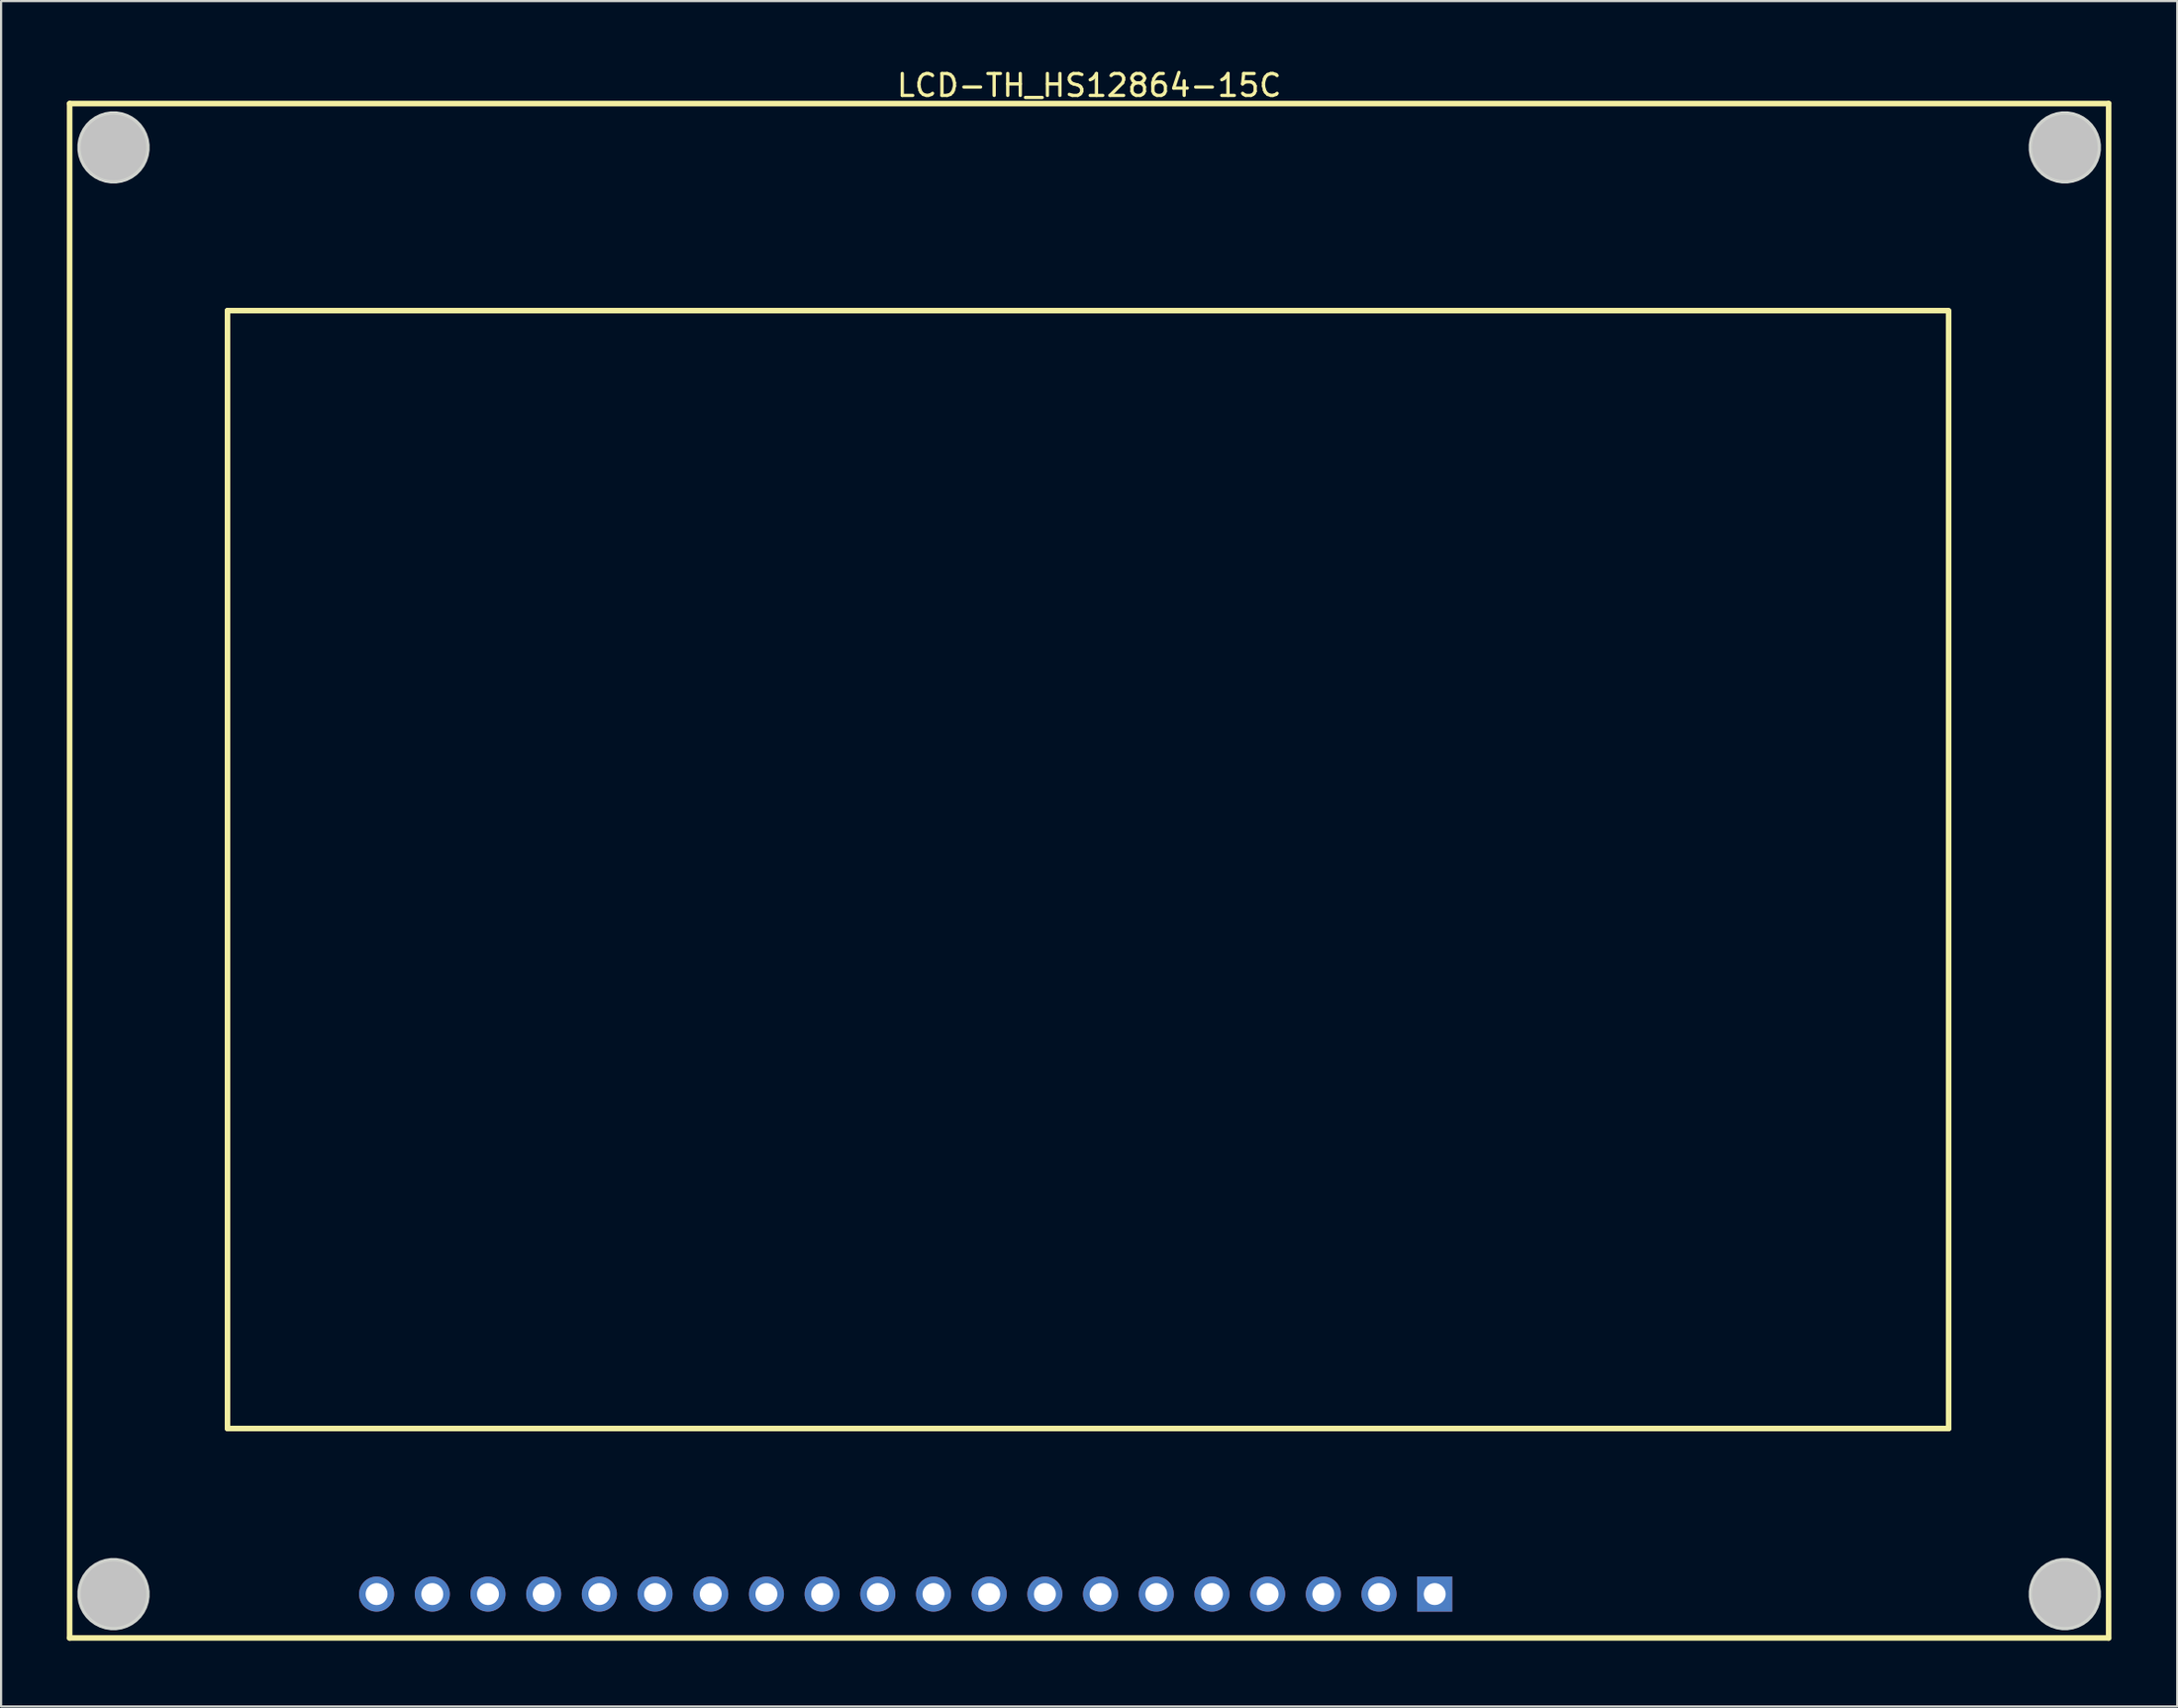
<source format=kicad_pcb>
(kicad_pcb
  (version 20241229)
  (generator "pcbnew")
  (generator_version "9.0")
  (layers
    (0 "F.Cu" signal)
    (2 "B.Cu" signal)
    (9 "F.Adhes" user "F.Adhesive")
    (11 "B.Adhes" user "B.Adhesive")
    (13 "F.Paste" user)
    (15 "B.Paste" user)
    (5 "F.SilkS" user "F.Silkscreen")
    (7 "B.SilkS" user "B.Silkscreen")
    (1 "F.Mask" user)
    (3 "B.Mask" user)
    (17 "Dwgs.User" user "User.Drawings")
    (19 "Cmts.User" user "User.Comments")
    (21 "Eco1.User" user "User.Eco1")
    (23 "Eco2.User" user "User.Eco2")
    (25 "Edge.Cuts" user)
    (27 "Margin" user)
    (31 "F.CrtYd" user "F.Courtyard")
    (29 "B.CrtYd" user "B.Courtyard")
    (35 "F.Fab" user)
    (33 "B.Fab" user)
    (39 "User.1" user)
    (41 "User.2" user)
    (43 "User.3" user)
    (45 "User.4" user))
  (footprint "LCD-TH_HS12864-15C"
    (layer "F.Cu")
    (at 38.257 69.675)
    (property "Reference" "LCD-TH_HS12864-15C" (at 8.37 -68.827 0) (layer "F.SilkS") (effects (font (size 1 1) (thickness 0.15))))
    (fp_line (start -38.13 -68) (end -38.13 2) (stroke (width 0.254) (type default)) (layer "F.SilkS"))
    (fp_line (start -38.13 -68) (end 54.87 -68) (stroke (width 0.254) (type default)) (layer "F.SilkS"))
    (fp_line (start -38.13 2) (end 54.87 2) (stroke (width 0.254) (type default)) (layer "F.SilkS"))
    (fp_line (start -30.93 -58.553) (end 47.498 -58.553) (stroke (width 0.254) (type default)) (layer "F.SilkS"))
    (fp_line (start -30.93 -7.554) (end -30.93 -58.553) (stroke (width 0.254) (type default)) (layer "F.SilkS"))
    (fp_line (start -30.93 -7.554) (end 47.57 -7.554) (stroke (width 0.254) (type default)) (layer "F.SilkS"))
    (fp_line (start 47.57 -7.554) (end 47.57 -58.553) (stroke (width 0.254) (type default)) (layer "F.SilkS"))
    (fp_line (start 54.87 -68) (end 54.87 2) (stroke (width 0.254) (type default)) (layer "F.SilkS"))
    (fp_circle (center -36.13 -66) (end -35.38 -66) (stroke (width 1.5) (type default)) (fill no) (layer "Dwgs.User"))
    (fp_circle (center -36.13 0) (end -35.38 0) (stroke (width 1.5) (type default)) (fill no) (layer "Dwgs.User"))
    (fp_circle (center 52.87 -66) (end 53.62 -66) (stroke (width 1.5) (type default)) (fill no) (layer "Dwgs.User"))
    (fp_circle (center 52.87 0) (end 53.62 0) (stroke (width 1.5) (type default)) (fill no) (layer "Dwgs.User"))
    (fp_poly (pts (xy -34.485 -66.129) (xy -34.526 -66.385) (xy -34.606 -66.631) (xy -34.723 -66.862) (xy -34.875 -67.072) (xy -35.058 -67.255) (xy -35.268 -67.407) (xy -35.499 -67.524) (xy -35.745 -67.604) (xy -36.001 -67.645) (xy -36.259 -67.645) (xy -36.515 -67.604) (xy -36.761 -67.524) (xy -36.992 -67.407) (xy -37.202 -67.255) (xy -37.385 -67.072) (xy -37.537 -66.862) (xy -37.654 -66.631) (xy -37.734 -66.385) (xy -37.775 -66.129) (xy -37.775 -65.871) (xy -37.734 -65.615) (xy -37.654 -65.369) (xy -37.537 -65.138) (xy -37.385 -64.928) (xy -37.202 -64.745) (xy -36.992 -64.593) (xy -36.761 -64.476) (xy -36.515 -64.396) (xy -36.259 -64.355) (xy -36.001 -64.355) (xy -35.745 -64.396) (xy -35.499 -64.476) (xy -35.268 -64.593) (xy -35.058 -64.745) (xy -34.875 -64.928) (xy -34.723 -65.138) (xy -34.606 -65.369) (xy -34.526 -65.615) (xy -34.485 -65.871)) (stroke (width 0) (type default)) (fill yes) (layer "Edge.Cuts"))
    (fp_poly (pts (xy -34.485 -0.129) (xy -34.526 -0.385) (xy -34.606 -0.631) (xy -34.723 -0.862) (xy -34.875 -1.072) (xy -35.058 -1.255) (xy -35.268 -1.407) (xy -35.499 -1.524) (xy -35.745 -1.604) (xy -36.001 -1.645) (xy -36.259 -1.645) (xy -36.515 -1.604) (xy -36.761 -1.524) (xy -36.992 -1.407) (xy -37.202 -1.255) (xy -37.385 -1.072) (xy -37.537 -0.862) (xy -37.654 -0.631) (xy -37.734 -0.385) (xy -37.775 -0.129) (xy -37.775 0.129) (xy -37.734 0.385) (xy -37.654 0.631) (xy -37.537 0.862) (xy -37.385 1.072) (xy -37.202 1.255) (xy -36.992 1.407) (xy -36.761 1.524) (xy -36.515 1.604) (xy -36.259 1.645) (xy -36.001 1.645) (xy -35.745 1.604) (xy -35.499 1.524) (xy -35.268 1.407) (xy -35.058 1.255) (xy -34.875 1.072) (xy -34.723 0.862) (xy -34.606 0.631) (xy -34.526 0.385) (xy -34.485 0.129)) (stroke (width 0) (type default)) (fill yes) (layer "Edge.Cuts"))
    (fp_poly (pts (xy 54.515 -66.129) (xy 54.474 -66.385) (xy 54.394 -66.631) (xy 54.277 -66.862) (xy 54.125 -67.072) (xy 53.942 -67.255) (xy 53.732 -67.407) (xy 53.501 -67.524) (xy 53.255 -67.604) (xy 52.999 -67.645) (xy 52.741 -67.645) (xy 52.485 -67.604) (xy 52.239 -67.524) (xy 52.008 -67.407) (xy 51.798 -67.255) (xy 51.615 -67.072) (xy 51.463 -66.862) (xy 51.346 -66.631) (xy 51.266 -66.385) (xy 51.225 -66.129) (xy 51.225 -65.871) (xy 51.266 -65.615) (xy 51.346 -65.369) (xy 51.463 -65.138) (xy 51.615 -64.928) (xy 51.798 -64.745) (xy 52.008 -64.593) (xy 52.239 -64.476) (xy 52.485 -64.396) (xy 52.741 -64.355) (xy 52.999 -64.355) (xy 53.255 -64.396) (xy 53.501 -64.476) (xy 53.732 -64.593) (xy 53.942 -64.745) (xy 54.125 -64.928) (xy 54.277 -65.138) (xy 54.394 -65.369) (xy 54.474 -65.615) (xy 54.515 -65.871)) (stroke (width 0) (type default)) (fill yes) (layer "Edge.Cuts"))
    (fp_poly (pts (xy 54.515 -0.129) (xy 54.474 -0.385) (xy 54.394 -0.631) (xy 54.277 -0.862) (xy 54.125 -1.072) (xy 53.942 -1.255) (xy 53.732 -1.407) (xy 53.501 -1.524) (xy 53.255 -1.604) (xy 52.999 -1.645) (xy 52.741 -1.645) (xy 52.485 -1.604) (xy 52.239 -1.524) (xy 52.008 -1.407) (xy 51.798 -1.255) (xy 51.615 -1.072) (xy 51.463 -0.862) (xy 51.346 -0.631) (xy 51.266 -0.385) (xy 51.225 -0.129) (xy 51.225 0.129) (xy 51.266 0.385) (xy 51.346 0.631) (xy 51.463 0.862) (xy 51.615 1.072) (xy 51.798 1.255) (xy 52.008 1.407) (xy 52.239 1.524) (xy 52.485 1.604) (xy 52.741 1.645) (xy 52.999 1.645) (xy 53.255 1.604) (xy 53.501 1.524) (xy 53.732 1.407) (xy 53.942 1.255) (xy 54.125 1.072) (xy 54.277 0.862) (xy 54.394 0.631) (xy 54.474 0.385) (xy 54.515 0.129)) (stroke (width 0) (type default)) (fill yes) (layer "Edge.Cuts"))
    (fp_poly (pts (xy -23.833 -0.039) (xy -23.853 -0.115) (xy -23.892 -0.183) (xy -23.947 -0.238) (xy -24.015 -0.277) (xy -24.091 -0.297) (xy -24.169 -0.297) (xy -24.245 -0.277) (xy -24.313 -0.238) (xy -24.368 -0.183) (xy -24.407 -0.115) (xy -24.427 -0.039) (xy -24.427 0.039) (xy -24.407 0.115) (xy -24.368 0.183) (xy -24.313 0.238) (xy -24.245 0.277) (xy -24.169 0.297) (xy -24.091 0.297) (xy -24.015 0.277) (xy -23.947 0.238) (xy -23.892 0.183) (xy -23.853 0.115) (xy -23.833 0.039)) (stroke (width 0.1) (type default)) (fill no) (layer "User.1"))
    (fp_poly (pts (xy -21.293 -0.039) (xy -21.313 -0.115) (xy -21.352 -0.183) (xy -21.407 -0.238) (xy -21.475 -0.277) (xy -21.551 -0.297) (xy -21.629 -0.297) (xy -21.705 -0.277) (xy -21.773 -0.238) (xy -21.828 -0.183) (xy -21.867 -0.115) (xy -21.887 -0.039) (xy -21.887 0.039) (xy -21.867 0.115) (xy -21.828 0.183) (xy -21.773 0.238) (xy -21.705 0.277) (xy -21.629 0.297) (xy -21.551 0.297) (xy -21.475 0.277) (xy -21.407 0.238) (xy -21.352 0.183) (xy -21.313 0.115) (xy -21.293 0.039)) (stroke (width 0.1) (type default)) (fill no) (layer "User.1"))
    (fp_poly (pts (xy -18.753 -0.039) (xy -18.773 -0.115) (xy -18.812 -0.183) (xy -18.867 -0.238) (xy -18.935 -0.277) (xy -19.011 -0.297) (xy -19.089 -0.297) (xy -19.165 -0.277) (xy -19.233 -0.238) (xy -19.288 -0.183) (xy -19.327 -0.115) (xy -19.347 -0.039) (xy -19.347 0.039) (xy -19.327 0.115) (xy -19.288 0.183) (xy -19.233 0.238) (xy -19.165 0.277) (xy -19.089 0.297) (xy -19.011 0.297) (xy -18.935 0.277) (xy -18.867 0.238) (xy -18.812 0.183) (xy -18.773 0.115) (xy -18.753 0.039)) (stroke (width 0.1) (type default)) (fill no) (layer "User.1"))
    (fp_poly (pts (xy -16.213 -0.039) (xy -16.233 -0.115) (xy -16.272 -0.183) (xy -16.327 -0.238) (xy -16.395 -0.277) (xy -16.471 -0.297) (xy -16.549 -0.297) (xy -16.625 -0.277) (xy -16.693 -0.238) (xy -16.748 -0.183) (xy -16.787 -0.115) (xy -16.807 -0.039) (xy -16.807 0.039) (xy -16.787 0.115) (xy -16.748 0.183) (xy -16.693 0.238) (xy -16.625 0.277) (xy -16.549 0.297) (xy -16.471 0.297) (xy -16.395 0.277) (xy -16.327 0.238) (xy -16.272 0.183) (xy -16.233 0.115) (xy -16.213 0.039)) (stroke (width 0.1) (type default)) (fill no) (layer "User.1"))
    (fp_poly (pts (xy -13.673 -0.039) (xy -13.693 -0.115) (xy -13.732 -0.183) (xy -13.787 -0.238) (xy -13.855 -0.277) (xy -13.931 -0.297) (xy -14.009 -0.297) (xy -14.085 -0.277) (xy -14.153 -0.238) (xy -14.208 -0.183) (xy -14.247 -0.115) (xy -14.267 -0.039) (xy -14.267 0.039) (xy -14.247 0.115) (xy -14.208 0.183) (xy -14.153 0.238) (xy -14.085 0.277) (xy -14.009 0.297) (xy -13.931 0.297) (xy -13.855 0.277) (xy -13.787 0.238) (xy -13.732 0.183) (xy -13.693 0.115) (xy -13.673 0.039)) (stroke (width 0.1) (type default)) (fill no) (layer "User.1"))
    (fp_poly (pts (xy -11.133 -0.039) (xy -11.153 -0.115) (xy -11.192 -0.183) (xy -11.247 -0.238) (xy -11.315 -0.277) (xy -11.391 -0.297) (xy -11.469 -0.297) (xy -11.545 -0.277) (xy -11.613 -0.238) (xy -11.668 -0.183) (xy -11.707 -0.115) (xy -11.727 -0.039) (xy -11.727 0.039) (xy -11.707 0.115) (xy -11.668 0.183) (xy -11.613 0.238) (xy -11.545 0.277) (xy -11.469 0.297) (xy -11.391 0.297) (xy -11.315 0.277) (xy -11.247 0.238) (xy -11.192 0.183) (xy -11.153 0.115) (xy -11.133 0.039)) (stroke (width 0.1) (type default)) (fill no) (layer "User.1"))
    (fp_poly (pts (xy -8.593 -0.039) (xy -8.613 -0.115) (xy -8.652 -0.183) (xy -8.707 -0.238) (xy -8.775 -0.277) (xy -8.851 -0.297) (xy -8.929 -0.297) (xy -9.005 -0.277) (xy -9.073 -0.238) (xy -9.128 -0.183) (xy -9.167 -0.115) (xy -9.187 -0.039) (xy -9.187 0.039) (xy -9.167 0.115) (xy -9.128 0.183) (xy -9.073 0.238) (xy -9.005 0.277) (xy -8.929 0.297) (xy -8.851 0.297) (xy -8.775 0.277) (xy -8.707 0.238) (xy -8.652 0.183) (xy -8.613 0.115) (xy -8.593 0.039)) (stroke (width 0.1) (type default)) (fill no) (layer "User.1"))
    (fp_poly (pts (xy -6.053 -0.039) (xy -6.073 -0.115) (xy -6.112 -0.183) (xy -6.167 -0.238) (xy -6.235 -0.277) (xy -6.311 -0.297) (xy -6.389 -0.297) (xy -6.465 -0.277) (xy -6.533 -0.238) (xy -6.588 -0.183) (xy -6.627 -0.115) (xy -6.647 -0.039) (xy -6.647 0.039) (xy -6.627 0.115) (xy -6.588 0.183) (xy -6.533 0.238) (xy -6.465 0.277) (xy -6.389 0.297) (xy -6.311 0.297) (xy -6.235 0.277) (xy -6.167 0.238) (xy -6.112 0.183) (xy -6.073 0.115) (xy -6.053 0.039)) (stroke (width 0.1) (type default)) (fill no) (layer "User.1"))
    (fp_poly (pts (xy -3.513 -0.039) (xy -3.533 -0.115) (xy -3.572 -0.183) (xy -3.627 -0.238) (xy -3.695 -0.277) (xy -3.771 -0.297) (xy -3.849 -0.297) (xy -3.925 -0.277) (xy -3.993 -0.238) (xy -4.048 -0.183) (xy -4.087 -0.115) (xy -4.107 -0.039) (xy -4.107 0.039) (xy -4.087 0.115) (xy -4.048 0.183) (xy -3.993 0.238) (xy -3.925 0.277) (xy -3.849 0.297) (xy -3.771 0.297) (xy -3.695 0.277) (xy -3.627 0.238) (xy -3.572 0.183) (xy -3.533 0.115) (xy -3.513 0.039)) (stroke (width 0.1) (type default)) (fill no) (layer "User.1"))
    (fp_poly (pts (xy -0.973 -0.039) (xy -0.993 -0.115) (xy -1.032 -0.183) (xy -1.087 -0.238) (xy -1.155 -0.277) (xy -1.231 -0.297) (xy -1.309 -0.297) (xy -1.385 -0.277) (xy -1.453 -0.238) (xy -1.508 -0.183) (xy -1.547 -0.115) (xy -1.567 -0.039) (xy -1.567 0.039) (xy -1.547 0.115) (xy -1.508 0.183) (xy -1.453 0.238) (xy -1.385 0.277) (xy -1.309 0.297) (xy -1.231 0.297) (xy -1.155 0.277) (xy -1.087 0.238) (xy -1.032 0.183) (xy -0.993 0.115) (xy -0.973 0.039)) (stroke (width 0.1) (type default)) (fill no) (layer "User.1"))
    (fp_poly (pts (xy 1.567 -0.039) (xy 1.547 -0.115) (xy 1.508 -0.183) (xy 1.453 -0.238) (xy 1.385 -0.277) (xy 1.309 -0.297) (xy 1.231 -0.297) (xy 1.155 -0.277) (xy 1.087 -0.238) (xy 1.032 -0.183) (xy 0.993 -0.115) (xy 0.973 -0.039) (xy 0.973 0.039) (xy 0.993 0.115) (xy 1.032 0.183) (xy 1.087 0.238) (xy 1.155 0.277) (xy 1.231 0.297) (xy 1.309 0.297) (xy 1.385 0.277) (xy 1.453 0.238) (xy 1.508 0.183) (xy 1.547 0.115) (xy 1.567 0.039)) (stroke (width 0.1) (type default)) (fill no) (layer "User.1"))
    (fp_poly (pts (xy 4.107 -0.039) (xy 4.087 -0.115) (xy 4.048 -0.183) (xy 3.993 -0.238) (xy 3.925 -0.277) (xy 3.849 -0.297) (xy 3.771 -0.297) (xy 3.695 -0.277) (xy 3.627 -0.238) (xy 3.572 -0.183) (xy 3.533 -0.115) (xy 3.513 -0.039) (xy 3.513 0.039) (xy 3.533 0.115) (xy 3.572 0.183) (xy 3.627 0.238) (xy 3.695 0.277) (xy 3.771 0.297) (xy 3.849 0.297) (xy 3.925 0.277) (xy 3.993 0.238) (xy 4.048 0.183) (xy 4.087 0.115) (xy 4.107 0.039)) (stroke (width 0.1) (type default)) (fill no) (layer "User.1"))
    (fp_poly (pts (xy 6.647 -0.039) (xy 6.627 -0.115) (xy 6.588 -0.183) (xy 6.533 -0.238) (xy 6.465 -0.277) (xy 6.389 -0.297) (xy 6.311 -0.297) (xy 6.235 -0.277) (xy 6.167 -0.238) (xy 6.112 -0.183) (xy 6.073 -0.115) (xy 6.053 -0.039) (xy 6.053 0.039) (xy 6.073 0.115) (xy 6.112 0.183) (xy 6.167 0.238) (xy 6.235 0.277) (xy 6.311 0.297) (xy 6.389 0.297) (xy 6.465 0.277) (xy 6.533 0.238) (xy 6.588 0.183) (xy 6.627 0.115) (xy 6.647 0.039)) (stroke (width 0.1) (type default)) (fill no) (layer "User.1"))
    (fp_poly (pts (xy 9.187 -0.039) (xy 9.167 -0.115) (xy 9.128 -0.183) (xy 9.073 -0.238) (xy 9.005 -0.277) (xy 8.929 -0.297) (xy 8.851 -0.297) (xy 8.775 -0.277) (xy 8.707 -0.238) (xy 8.652 -0.183) (xy 8.613 -0.115) (xy 8.593 -0.039) (xy 8.593 0.039) (xy 8.613 0.115) (xy 8.652 0.183) (xy 8.707 0.238) (xy 8.775 0.277) (xy 8.851 0.297) (xy 8.929 0.297) (xy 9.005 0.277) (xy 9.073 0.238) (xy 9.128 0.183) (xy 9.167 0.115) (xy 9.187 0.039)) (stroke (width 0.1) (type default)) (fill no) (layer "User.1"))
    (fp_poly (pts (xy 11.727 -0.039) (xy 11.707 -0.115) (xy 11.668 -0.183) (xy 11.613 -0.238) (xy 11.545 -0.277) (xy 11.469 -0.297) (xy 11.391 -0.297) (xy 11.315 -0.277) (xy 11.247 -0.238) (xy 11.192 -0.183) (xy 11.153 -0.115) (xy 11.133 -0.039) (xy 11.133 0.039) (xy 11.153 0.115) (xy 11.192 0.183) (xy 11.247 0.238) (xy 11.315 0.277) (xy 11.391 0.297) (xy 11.469 0.297) (xy 11.545 0.277) (xy 11.613 0.238) (xy 11.668 0.183) (xy 11.707 0.115) (xy 11.727 0.039)) (stroke (width 0.1) (type default)) (fill no) (layer "User.1"))
    (fp_poly (pts (xy 14.267 -0.039) (xy 14.247 -0.115) (xy 14.208 -0.183) (xy 14.153 -0.238) (xy 14.085 -0.277) (xy 14.009 -0.297) (xy 13.931 -0.297) (xy 13.855 -0.277) (xy 13.787 -0.238) (xy 13.732 -0.183) (xy 13.693 -0.115) (xy 13.673 -0.039) (xy 13.673 0.039) (xy 13.693 0.115) (xy 13.732 0.183) (xy 13.787 0.238) (xy 13.855 0.277) (xy 13.931 0.297) (xy 14.009 0.297) (xy 14.085 0.277) (xy 14.153 0.238) (xy 14.208 0.183) (xy 14.247 0.115) (xy 14.267 0.039)) (stroke (width 0.1) (type default)) (fill no) (layer "User.1"))
    (fp_poly (pts (xy 16.807 -0.039) (xy 16.787 -0.115) (xy 16.748 -0.183) (xy 16.693 -0.238) (xy 16.625 -0.277) (xy 16.549 -0.297) (xy 16.471 -0.297) (xy 16.395 -0.277) (xy 16.327 -0.238) (xy 16.272 -0.183) (xy 16.233 -0.115) (xy 16.213 -0.039) (xy 16.213 0.039) (xy 16.233 0.115) (xy 16.272 0.183) (xy 16.327 0.238) (xy 16.395 0.277) (xy 16.471 0.297) (xy 16.549 0.297) (xy 16.625 0.277) (xy 16.693 0.238) (xy 16.748 0.183) (xy 16.787 0.115) (xy 16.807 0.039)) (stroke (width 0.1) (type default)) (fill no) (layer "User.1"))
    (fp_poly (pts (xy 19.347 -0.039) (xy 19.327 -0.115) (xy 19.288 -0.183) (xy 19.233 -0.238) (xy 19.165 -0.277) (xy 19.089 -0.297) (xy 19.011 -0.297) (xy 18.935 -0.277) (xy 18.867 -0.238) (xy 18.812 -0.183) (xy 18.773 -0.115) (xy 18.753 -0.039) (xy 18.753 0.039) (xy 18.773 0.115) (xy 18.812 0.183) (xy 18.867 0.238) (xy 18.935 0.277) (xy 19.011 0.297) (xy 19.089 0.297) (xy 19.165 0.277) (xy 19.233 0.238) (xy 19.288 0.183) (xy 19.327 0.115) (xy 19.347 0.039)) (stroke (width 0.1) (type default)) (fill no) (layer "User.1"))
    (fp_poly (pts (xy 21.887 -0.039) (xy 21.867 -0.115) (xy 21.828 -0.183) (xy 21.773 -0.238) (xy 21.705 -0.277) (xy 21.629 -0.297) (xy 21.551 -0.297) (xy 21.475 -0.277) (xy 21.407 -0.238) (xy 21.352 -0.183) (xy 21.313 -0.115) (xy 21.293 -0.039) (xy 21.293 0.039) (xy 21.313 0.115) (xy 21.352 0.183) (xy 21.407 0.238) (xy 21.475 0.277) (xy 21.551 0.297) (xy 21.629 0.297) (xy 21.705 0.277) (xy 21.773 0.238) (xy 21.828 0.183) (xy 21.867 0.115) (xy 21.887 0.039)) (stroke (width 0.1) (type default)) (fill no) (layer "User.1"))
    (fp_poly (pts (xy 24.427 -0.039) (xy 24.407 -0.115) (xy 24.368 -0.183) (xy 24.313 -0.238) (xy 24.245 -0.277) (xy 24.169 -0.297) (xy 24.091 -0.297) (xy 24.015 -0.277) (xy 23.947 -0.238) (xy 23.892 -0.183) (xy 23.853 -0.115) (xy 23.833 -0.039) (xy 23.833 0.039) (xy 23.853 0.115) (xy 23.892 0.183) (xy 23.947 0.238) (xy 24.015 0.277) (xy 24.091 0.297) (xy 24.169 0.297) (xy 24.245 0.277) (xy 24.313 0.238) (xy 24.368 0.183) (xy 24.407 0.115) (xy 24.427 0.039)) (stroke (width 0.1) (type default)) (fill no) (layer "User.1"))
    (fp_line (start -38.13 -68) (end 54.87 -68) (stroke (width 0.051) (type default)) (layer "User.2"))
    (fp_line (start -38.13 2) (end -38.13 -68) (stroke (width 0.051) (type default)) (layer "User.2"))
    (fp_line (start 54.87 -68) (end 54.87 2) (stroke (width 0.051) (type default)) (layer "User.2"))
    (fp_line (start 54.87 2) (end -38.13 2) (stroke (width 0.051) (type default)) (layer "User.2"))
    (fp_poly (pts (xy 54.925 -68.023) (xy 54.893 -68.055) (xy 54.847 -68.055) (xy 54.815 -68.023) (xy 54.815 -67.977) (xy 54.847 -67.945) (xy 54.893 -67.945) (xy 54.925 -67.977)) (stroke (width 0.1) (type default)) (fill no) (layer "User.3"))
    (pad "1" thru_hole rect (at 24.13 0) (size 1.6 1.6) (drill 1) (layers "*.Cu" "*.Mask"))
    (pad "2" thru_hole circle (at 21.59 0) (size 1.6 1.6) (drill 1) (layers "*.Cu" "*.Mask"))
    (pad "3" thru_hole circle (at 19.05 0) (size 1.6 1.6) (drill 1) (layers "*.Cu" "*.Mask"))
    (pad "4" thru_hole circle (at 16.51 0) (size 1.6 1.6) (drill 1) (layers "*.Cu" "*.Mask"))
    (pad "5" thru_hole circle (at 13.97 0) (size 1.6 1.6) (drill 1) (layers "*.Cu" "*.Mask"))
    (pad "6" thru_hole circle (at 11.43 0) (size 1.6 1.6) (drill 1) (layers "*.Cu" "*.Mask"))
    (pad "7" thru_hole circle (at 8.89 0) (size 1.6 1.6) (drill 1) (layers "*.Cu" "*.Mask"))
    (pad "8" thru_hole circle (at 6.35 0) (size 1.6 1.6) (drill 1) (layers "*.Cu" "*.Mask"))
    (pad "9" thru_hole circle (at 3.81 0) (size 1.6 1.6) (drill 1) (layers "*.Cu" "*.Mask"))
    (pad "10" thru_hole circle (at 1.27 0) (size 1.6 1.6) (drill 1) (layers "*.Cu" "*.Mask"))
    (pad "11" thru_hole circle (at -1.27 0) (size 1.6 1.6) (drill 1) (layers "*.Cu" "*.Mask"))
    (pad "12" thru_hole circle (at -3.81 0) (size 1.6 1.6) (drill 1) (layers "*.Cu" "*.Mask"))
    (pad "13" thru_hole circle (at -6.35 0) (size 1.6 1.6) (drill 1) (layers "*.Cu" "*.Mask"))
    (pad "14" thru_hole circle (at -8.89 0) (size 1.6 1.6) (drill 1) (layers "*.Cu" "*.Mask"))
    (pad "15" thru_hole circle (at -11.43 0) (size 1.6 1.6) (drill 1) (layers "*.Cu" "*.Mask"))
    (pad "16" thru_hole circle (at -13.97 0) (size 1.6 1.6) (drill 1) (layers "*.Cu" "*.Mask"))
    (pad "17" thru_hole circle (at -16.51 0) (size 1.6 1.6) (drill 1) (layers "*.Cu" "*.Mask"))
    (pad "18" thru_hole circle (at -19.05 0) (size 1.6 1.6) (drill 1) (layers "*.Cu" "*.Mask"))
    (pad "19" thru_hole circle (at -21.59 0) (size 1.6 1.6) (drill 1) (layers "*.Cu" "*.Mask"))
    (pad "20" thru_hole circle (at -24.13 0) (size 1.6 1.6) (drill 1) (layers "*.Cu" "*.Mask")))
  (gr_rect
    (start -3 -3)
    (end 96.254 74.802)
    (stroke (width 0.1) (type default))
    (fill no)
    (layer "Edge.Cuts")))
</source>
